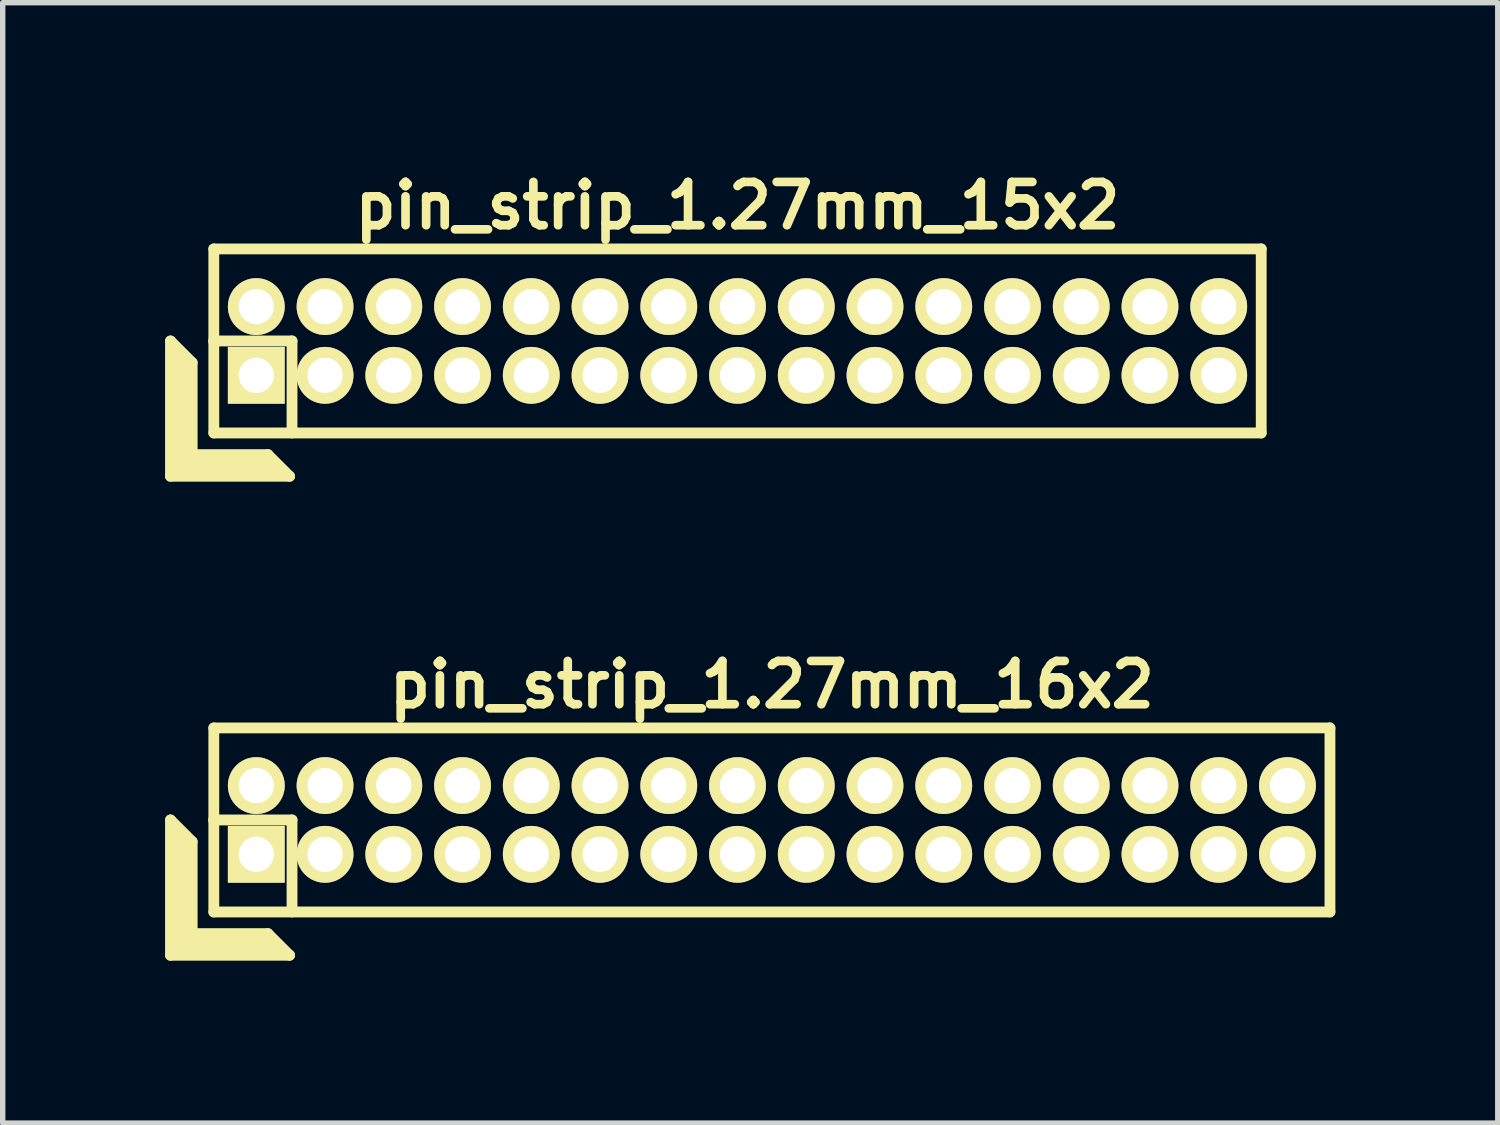
<source format=kicad_pcb>
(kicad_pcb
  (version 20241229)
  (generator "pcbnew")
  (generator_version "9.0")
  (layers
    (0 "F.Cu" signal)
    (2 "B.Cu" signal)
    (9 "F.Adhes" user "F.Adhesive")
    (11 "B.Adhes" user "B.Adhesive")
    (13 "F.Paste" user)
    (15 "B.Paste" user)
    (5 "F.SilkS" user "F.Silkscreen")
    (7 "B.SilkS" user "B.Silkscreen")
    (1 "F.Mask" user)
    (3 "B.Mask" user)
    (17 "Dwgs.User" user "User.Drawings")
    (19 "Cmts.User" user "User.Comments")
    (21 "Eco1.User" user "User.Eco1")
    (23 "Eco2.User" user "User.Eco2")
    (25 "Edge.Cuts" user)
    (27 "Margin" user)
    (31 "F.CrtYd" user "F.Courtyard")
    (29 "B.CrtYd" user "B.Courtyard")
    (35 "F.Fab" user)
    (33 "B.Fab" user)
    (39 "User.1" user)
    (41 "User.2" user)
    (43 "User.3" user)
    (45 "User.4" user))
  (footprint "pin_strip_1.27mm_16x2"
    (layer "F.Cu")
    (at 11.21 12.098)
    (property "Reference" "pin_strip_1.27mm_16x2" (at 0 -2.5 0) (layer "F.SilkS") (effects (font (size 0.8 0.8) (thickness 0.16))))
    (attr through_hole)
    (fp_line (start -11.11 0) (end -11.11 2.5) (stroke (width 0.2) (type solid)) (layer "F.SilkS"))
    (fp_line (start -11.11 0) (end -10.71 0.4) (stroke (width 0.2) (type solid)) (layer "F.SilkS"))
    (fp_line (start -11.11 2.5) (end -8.91 2.5) (stroke (width 0.2) (type solid)) (layer "F.SilkS"))
    (fp_line (start -11.01 2.4) (end -11.01 0.2) (stroke (width 0.2) (type solid)) (layer "F.SilkS"))
    (fp_line (start -11.01 2.4) (end -9.11 2.4) (stroke (width 0.2) (type solid)) (layer "F.SilkS"))
    (fp_line (start -10.91 2.3) (end -10.91 0.3) (stroke (width 0.2) (type solid)) (layer "F.SilkS"))
    (fp_line (start -10.91 2.3) (end -9.21 2.3) (stroke (width 0.2) (type solid)) (layer "F.SilkS"))
    (fp_line (start -10.81 2.2) (end -10.81 0.4) (stroke (width 0.2) (type solid)) (layer "F.SilkS"))
    (fp_line (start -10.81 2.2) (end -9.31 2.2) (stroke (width 0.2) (type solid)) (layer "F.SilkS"))
    (fp_line (start -10.71 2.1) (end -10.71 0.4) (stroke (width 0.2) (type solid)) (layer "F.SilkS"))
    (fp_line (start -10.71 2.1) (end -9.31 2.1) (stroke (width 0.2) (type solid)) (layer "F.SilkS"))
    (fp_line (start -10.315 0) (end -8.865 0) (stroke (width 0.2) (type solid)) (layer "F.SilkS"))
    (fp_line (start -10.31 -1.7) (end 10.31 -1.7) (stroke (width 0.2) (type solid)) (layer "F.SilkS"))
    (fp_line (start -10.31 1.7) (end -10.31 -1.7) (stroke (width 0.2) (type solid)) (layer "F.SilkS"))
    (fp_line (start -9.31 2.1) (end -8.91 2.5) (stroke (width 0.2) (type solid)) (layer "F.SilkS"))
    (fp_line (start -8.865 0) (end -8.865 1.7) (stroke (width 0.2) (type solid)) (layer "F.SilkS"))
    (fp_line (start 10.31 -1.7) (end 10.31 1.7) (stroke (width 0.2) (type solid)) (layer "F.SilkS"))
    (fp_line (start 10.31 1.7) (end -10.31 1.7) (stroke (width 0.2) (type solid)) (layer "F.SilkS"))
    (pad "1" thru_hole rect (at -9.525 0.635) (size 1.05 1.05) (drill 0.65) (layers "*.Cu" "*.Mask" "F.SilkS"))
    (pad "2" thru_hole oval (at -9.525 -0.635) (size 1.05 1.05) (drill 0.65) (layers "*.Cu" "*.Mask" "F.SilkS"))
    (pad "3" thru_hole oval (at -8.255 0.635) (size 1.05 1.05) (drill 0.65) (layers "*.Cu" "*.Mask" "F.SilkS"))
    (pad "4" thru_hole oval (at -8.255 -0.635) (size 1.05 1.05) (drill 0.65) (layers "*.Cu" "*.Mask" "F.SilkS"))
    (pad "5" thru_hole oval (at -6.985 0.635) (size 1.05 1.05) (drill 0.65) (layers "*.Cu" "*.Mask" "F.SilkS"))
    (pad "6" thru_hole oval (at -6.985 -0.635) (size 1.05 1.05) (drill 0.65) (layers "*.Cu" "*.Mask" "F.SilkS"))
    (pad "7" thru_hole oval (at -5.715 0.635) (size 1.05 1.05) (drill 0.65) (layers "*.Cu" "*.Mask" "F.SilkS"))
    (pad "8" thru_hole oval (at -5.715 -0.635) (size 1.05 1.05) (drill 0.65) (layers "*.Cu" "*.Mask" "F.SilkS"))
    (pad "9" thru_hole oval (at -4.445 0.635) (size 1.05 1.05) (drill 0.65) (layers "*.Cu" "*.Mask" "F.SilkS"))
    (pad "10" thru_hole oval (at -4.445 -0.635) (size 1.05 1.05) (drill 0.65) (layers "*.Cu" "*.Mask" "F.SilkS"))
    (pad "11" thru_hole oval (at -3.175 0.635) (size 1.05 1.05) (drill 0.65) (layers "*.Cu" "*.Mask" "F.SilkS"))
    (pad "12" thru_hole oval (at -3.175 -0.635) (size 1.05 1.05) (drill 0.65) (layers "*.Cu" "*.Mask" "F.SilkS"))
    (pad "13" thru_hole oval (at -1.905 0.635) (size 1.05 1.05) (drill 0.65) (layers "*.Cu" "*.Mask" "F.SilkS"))
    (pad "14" thru_hole oval (at -1.905 -0.635) (size 1.05 1.05) (drill 0.65) (layers "*.Cu" "*.Mask" "F.SilkS"))
    (pad "15" thru_hole oval (at -0.635 0.635) (size 1.05 1.05) (drill 0.65) (layers "*.Cu" "*.Mask" "F.SilkS"))
    (pad "16" thru_hole oval (at -0.635 -0.635) (size 1.05 1.05) (drill 0.65) (layers "*.Cu" "*.Mask" "F.SilkS"))
    (pad "17" thru_hole oval (at 0.635 0.635) (size 1.05 1.05) (drill 0.65) (layers "*.Cu" "*.Mask" "F.SilkS"))
    (pad "18" thru_hole oval (at 0.635 -0.635) (size 1.05 1.05) (drill 0.65) (layers "*.Cu" "*.Mask" "F.SilkS"))
    (pad "19" thru_hole oval (at 1.905 0.635) (size 1.05 1.05) (drill 0.65) (layers "*.Cu" "*.Mask" "F.SilkS"))
    (pad "20" thru_hole oval (at 1.905 -0.635) (size 1.05 1.05) (drill 0.65) (layers "*.Cu" "*.Mask" "F.SilkS"))
    (pad "21" thru_hole oval (at 3.175 0.635) (size 1.05 1.05) (drill 0.65) (layers "*.Cu" "*.Mask" "F.SilkS"))
    (pad "22" thru_hole oval (at 3.175 -0.635) (size 1.05 1.05) (drill 0.65) (layers "*.Cu" "*.Mask" "F.SilkS"))
    (pad "23" thru_hole oval (at 4.445 0.635) (size 1.05 1.05) (drill 0.65) (layers "*.Cu" "*.Mask" "F.SilkS"))
    (pad "24" thru_hole oval (at 4.445 -0.635) (size 1.05 1.05) (drill 0.65) (layers "*.Cu" "*.Mask" "F.SilkS"))
    (pad "25" thru_hole oval (at 5.715 0.635) (size 1.05 1.05) (drill 0.65) (layers "*.Cu" "*.Mask" "F.SilkS"))
    (pad "26" thru_hole oval (at 5.715 -0.635) (size 1.05 1.05) (drill 0.65) (layers "*.Cu" "*.Mask" "F.SilkS"))
    (pad "27" thru_hole oval (at 6.985 0.635) (size 1.05 1.05) (drill 0.65) (layers "*.Cu" "*.Mask" "F.SilkS"))
    (pad "28" thru_hole oval (at 6.985 -0.635) (size 1.05 1.05) (drill 0.65) (layers "*.Cu" "*.Mask" "F.SilkS"))
    (pad "29" thru_hole oval (at 8.255 0.635) (size 1.05 1.05) (drill 0.65) (layers "*.Cu" "*.Mask" "F.SilkS"))
    (pad "30" thru_hole oval (at 8.255 -0.635) (size 1.05 1.05) (drill 0.65) (layers "*.Cu" "*.Mask" "F.SilkS"))
    (pad "31" thru_hole oval (at 9.525 0.635) (size 1.05 1.05) (drill 0.65) (layers "*.Cu" "*.Mask" "F.SilkS"))
    (pad "32" thru_hole oval (at 9.525 -0.635) (size 1.05 1.05) (drill 0.65) (layers "*.Cu" "*.Mask" "F.SilkS")))
  (footprint "pin_strip_1.27mm_15x2"
    (layer "F.Cu")
    (at 10.575 3.249)
    (property "Reference" "pin_strip_1.27mm_15x2" (at 0 -2.5 0) (layer "F.SilkS") (effects (font (size 0.8 0.8) (thickness 0.16))))
    (attr through_hole)
    (fp_line (start -10.475 0) (end -10.475 2.5) (stroke (width 0.2) (type solid)) (layer "F.SilkS"))
    (fp_line (start -10.475 0) (end -10.075 0.4) (stroke (width 0.2) (type solid)) (layer "F.SilkS"))
    (fp_line (start -10.475 2.5) (end -8.275 2.5) (stroke (width 0.2) (type solid)) (layer "F.SilkS"))
    (fp_line (start -10.375 2.4) (end -10.375 0.2) (stroke (width 0.2) (type solid)) (layer "F.SilkS"))
    (fp_line (start -10.375 2.4) (end -8.475 2.4) (stroke (width 0.2) (type solid)) (layer "F.SilkS"))
    (fp_line (start -10.275 2.3) (end -10.275 0.3) (stroke (width 0.2) (type solid)) (layer "F.SilkS"))
    (fp_line (start -10.275 2.3) (end -8.575 2.3) (stroke (width 0.2) (type solid)) (layer "F.SilkS"))
    (fp_line (start -10.175 2.2) (end -10.175 0.4) (stroke (width 0.2) (type solid)) (layer "F.SilkS"))
    (fp_line (start -10.175 2.2) (end -8.675 2.2) (stroke (width 0.2) (type solid)) (layer "F.SilkS"))
    (fp_line (start -10.075 2.1) (end -10.075 0.4) (stroke (width 0.2) (type solid)) (layer "F.SilkS"))
    (fp_line (start -10.075 2.1) (end -8.675 2.1) (stroke (width 0.2) (type solid)) (layer "F.SilkS"))
    (fp_line (start -9.68 0) (end -8.23 0) (stroke (width 0.2) (type solid)) (layer "F.SilkS"))
    (fp_line (start -9.675 -1.7) (end 9.675 -1.7) (stroke (width 0.2) (type solid)) (layer "F.SilkS"))
    (fp_line (start -9.675 1.7) (end -9.675 -1.7) (stroke (width 0.2) (type solid)) (layer "F.SilkS"))
    (fp_line (start -8.675 2.1) (end -8.275 2.5) (stroke (width 0.2) (type solid)) (layer "F.SilkS"))
    (fp_line (start -8.23 0) (end -8.23 1.7) (stroke (width 0.2) (type solid)) (layer "F.SilkS"))
    (fp_line (start 9.675 -1.7) (end 9.675 1.7) (stroke (width 0.2) (type solid)) (layer "F.SilkS"))
    (fp_line (start 9.675 1.7) (end -9.675 1.7) (stroke (width 0.2) (type solid)) (layer "F.SilkS"))
    (pad "1" thru_hole rect (at -8.89 0.635) (size 1.05 1.05) (drill 0.65) (layers "*.Cu" "*.Mask" "F.SilkS"))
    (pad "2" thru_hole oval (at -8.89 -0.635) (size 1.05 1.05) (drill 0.65) (layers "*.Cu" "*.Mask" "F.SilkS"))
    (pad "3" thru_hole oval (at -7.62 0.635) (size 1.05 1.05) (drill 0.65) (layers "*.Cu" "*.Mask" "F.SilkS"))
    (pad "4" thru_hole oval (at -7.62 -0.635) (size 1.05 1.05) (drill 0.65) (layers "*.Cu" "*.Mask" "F.SilkS"))
    (pad "5" thru_hole oval (at -6.35 0.635) (size 1.05 1.05) (drill 0.65) (layers "*.Cu" "*.Mask" "F.SilkS"))
    (pad "6" thru_hole oval (at -6.35 -0.635) (size 1.05 1.05) (drill 0.65) (layers "*.Cu" "*.Mask" "F.SilkS"))
    (pad "7" thru_hole oval (at -5.08 0.635) (size 1.05 1.05) (drill 0.65) (layers "*.Cu" "*.Mask" "F.SilkS"))
    (pad "8" thru_hole oval (at -5.08 -0.635) (size 1.05 1.05) (drill 0.65) (layers "*.Cu" "*.Mask" "F.SilkS"))
    (pad "9" thru_hole oval (at -3.81 0.635) (size 1.05 1.05) (drill 0.65) (layers "*.Cu" "*.Mask" "F.SilkS"))
    (pad "10" thru_hole oval (at -3.81 -0.635) (size 1.05 1.05) (drill 0.65) (layers "*.Cu" "*.Mask" "F.SilkS"))
    (pad "11" thru_hole oval (at -2.54 0.635) (size 1.05 1.05) (drill 0.65) (layers "*.Cu" "*.Mask" "F.SilkS"))
    (pad "12" thru_hole oval (at -2.54 -0.635) (size 1.05 1.05) (drill 0.65) (layers "*.Cu" "*.Mask" "F.SilkS"))
    (pad "13" thru_hole oval (at -1.27 0.635) (size 1.05 1.05) (drill 0.65) (layers "*.Cu" "*.Mask" "F.SilkS"))
    (pad "14" thru_hole oval (at -1.27 -0.635) (size 1.05 1.05) (drill 0.65) (layers "*.Cu" "*.Mask" "F.SilkS"))
    (pad "15" thru_hole oval (at 0 0.635) (size 1.05 1.05) (drill 0.65) (layers "*.Cu" "*.Mask" "F.SilkS"))
    (pad "16" thru_hole oval (at 0 -0.635) (size 1.05 1.05) (drill 0.65) (layers "*.Cu" "*.Mask" "F.SilkS"))
    (pad "17" thru_hole oval (at 1.27 0.635) (size 1.05 1.05) (drill 0.65) (layers "*.Cu" "*.Mask" "F.SilkS"))
    (pad "18" thru_hole oval (at 1.27 -0.635) (size 1.05 1.05) (drill 0.65) (layers "*.Cu" "*.Mask" "F.SilkS"))
    (pad "19" thru_hole oval (at 2.54 0.635) (size 1.05 1.05) (drill 0.65) (layers "*.Cu" "*.Mask" "F.SilkS"))
    (pad "20" thru_hole oval (at 2.54 -0.635) (size 1.05 1.05) (drill 0.65) (layers "*.Cu" "*.Mask" "F.SilkS"))
    (pad "21" thru_hole oval (at 3.81 0.635) (size 1.05 1.05) (drill 0.65) (layers "*.Cu" "*.Mask" "F.SilkS"))
    (pad "22" thru_hole oval (at 3.81 -0.635) (size 1.05 1.05) (drill 0.65) (layers "*.Cu" "*.Mask" "F.SilkS"))
    (pad "23" thru_hole oval (at 5.08 0.635) (size 1.05 1.05) (drill 0.65) (layers "*.Cu" "*.Mask" "F.SilkS"))
    (pad "24" thru_hole oval (at 5.08 -0.635) (size 1.05 1.05) (drill 0.65) (layers "*.Cu" "*.Mask" "F.SilkS"))
    (pad "25" thru_hole oval (at 6.35 0.635) (size 1.05 1.05) (drill 0.65) (layers "*.Cu" "*.Mask" "F.SilkS"))
    (pad "26" thru_hole oval (at 6.35 -0.635) (size 1.05 1.05) (drill 0.65) (layers "*.Cu" "*.Mask" "F.SilkS"))
    (pad "27" thru_hole oval (at 7.62 0.635) (size 1.05 1.05) (drill 0.65) (layers "*.Cu" "*.Mask" "F.SilkS"))
    (pad "28" thru_hole oval (at 7.62 -0.635) (size 1.05 1.05) (drill 0.65) (layers "*.Cu" "*.Mask" "F.SilkS"))
    (pad "29" thru_hole oval (at 8.89 0.635) (size 1.05 1.05) (drill 0.65) (layers "*.Cu" "*.Mask" "F.SilkS"))
    (pad "30" thru_hole oval (at 8.89 -0.635) (size 1.05 1.05) (drill 0.65) (layers "*.Cu" "*.Mask" "F.SilkS")))
  (gr_rect
    (start -3 -3)
    (end 24.62 17.698)
    (stroke (width 0.1) (type default))
    (fill no)
    (layer "Edge.Cuts")))
</source>
